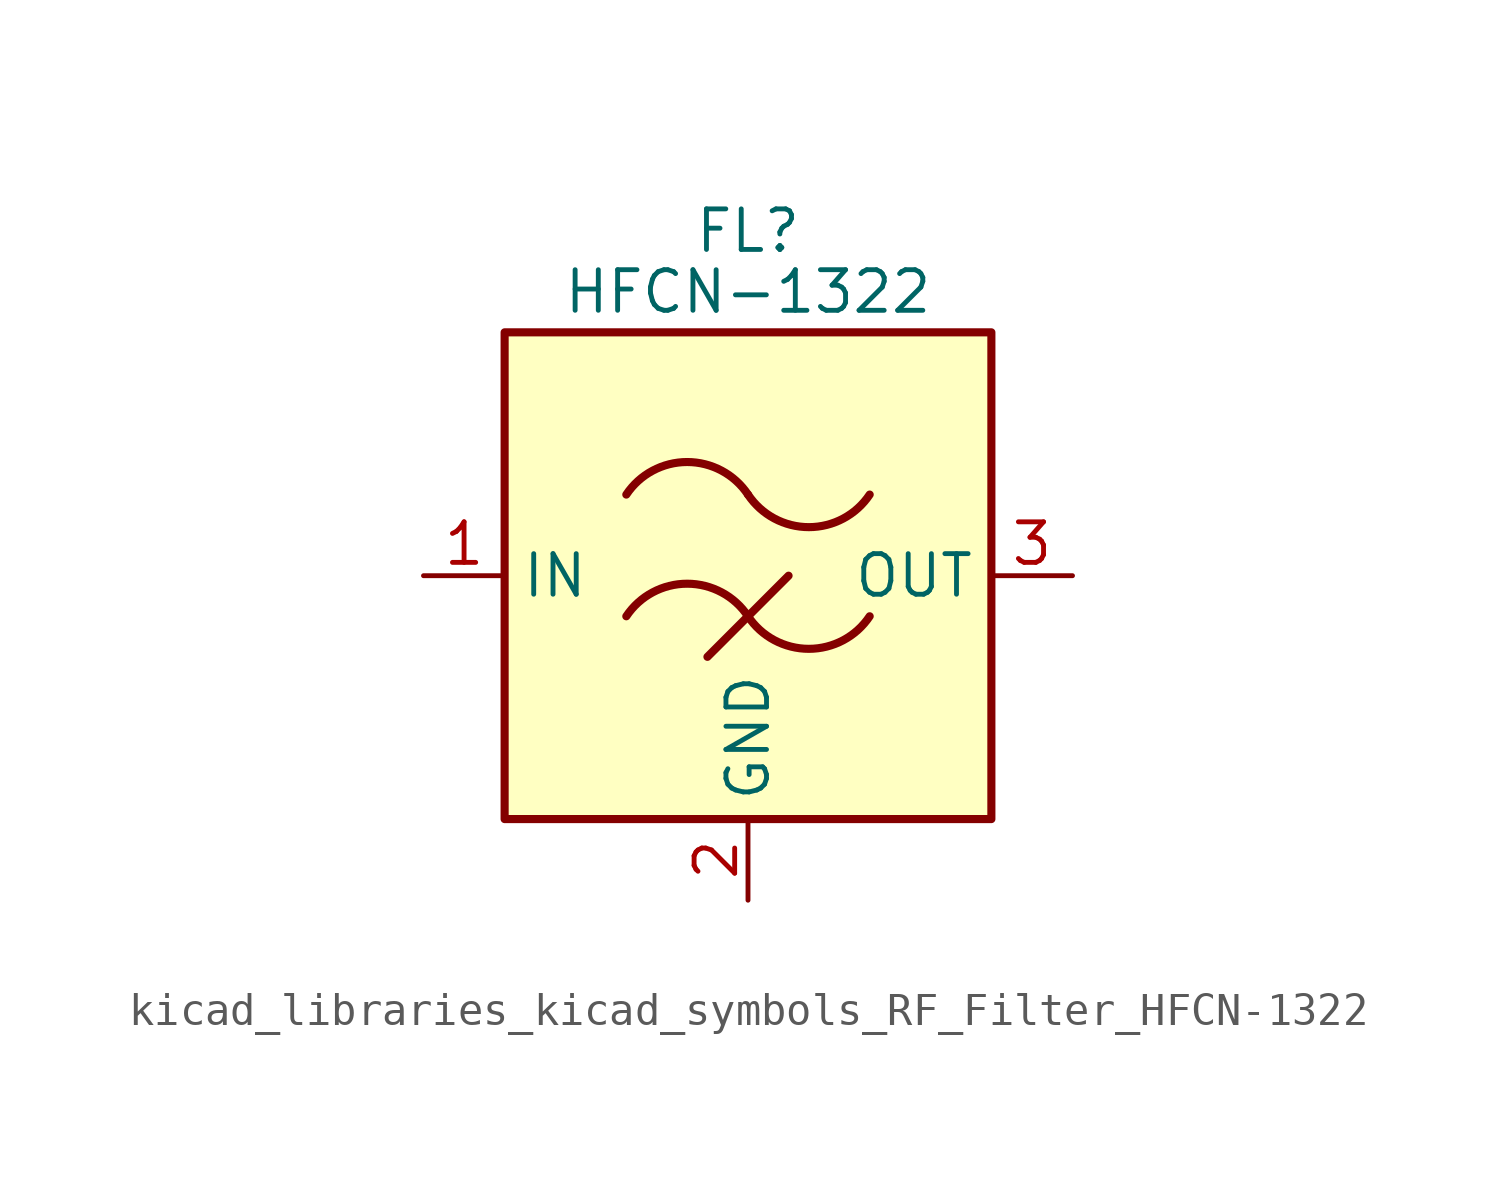
<source format=kicad_sym>
(kicad_symbol_lib
  (version 20220914)
  (generator kicad_symbol_editor)
  (symbol "kicad_libraries_kicad_symbols_RF_Filter_HFCN-1322"
    (property "Reference" "FL"
      (at 0 10.795 0)
      (effects (font (size 1.27 1.27))))
    (property "Value" "HFCN-1322"
      (at 0 8.89 0)
      (effects (font (size 1.27 1.27))))
    (symbol "kicad_libraries_kicad_symbols_RF_Filter_HFCN-1322_0_1"
      (rectangle (start -7.62 7.62) (end 7.62 -7.62) (stroke (width 0.254) (type default)) (fill (type background)))
      (arc (start 0 -1.27) (mid -1.905 -0.2505) (end -3.81 -1.27) (stroke (width 0.254) (type default)) (fill (type none)))
      (arc (start 0 -1.27) (mid 1.905 -2.2895) (end 3.81 -1.27) (stroke (width 0.254) (type default)) (fill (type none)))
      (polyline (pts (xy -1.27 -2.54) (xy 1.27 0)) (stroke (width 0.254) (type default)) (fill (type none)))
      (arc (start 0 2.54) (mid -1.905 3.5595) (end -3.81 2.54) (stroke (width 0.254) (type default)) (fill (type none)))
      (arc (start 0 2.54) (mid 1.905 1.5205) (end 3.81 2.54) (stroke (width 0.254) (type default)) (fill (type none))))
    (symbol "kicad_libraries_kicad_symbols_RF_Filter_HFCN-1322_1_1"
      (pin passive line (at -10.16 0 0) (length 2.54) (name "IN" (effects (font (size 1.27 1.27)))) (number "1" (effects (font (size 1.27 1.27)))))
      (pin passive line (at 0 -10.16 90) (length 2.54) (name "GND" (effects (font (size 1.27 1.27)))) (number "2" (effects (font (size 1.27 1.27)))))
      (pin passive line (at 10.16 0 180) (length 2.54) (name "OUT" (effects (font (size 1.27 1.27)))) (number "3" (effects (font (size 1.27 1.27)))))
      (pin passive line (at 0 -10.16 90) (length 2.54) hide (name "GND" (effects (font (size 1.27 1.27)))) (number "4" (effects (font (size 1.27 1.27))))))))
</source>
